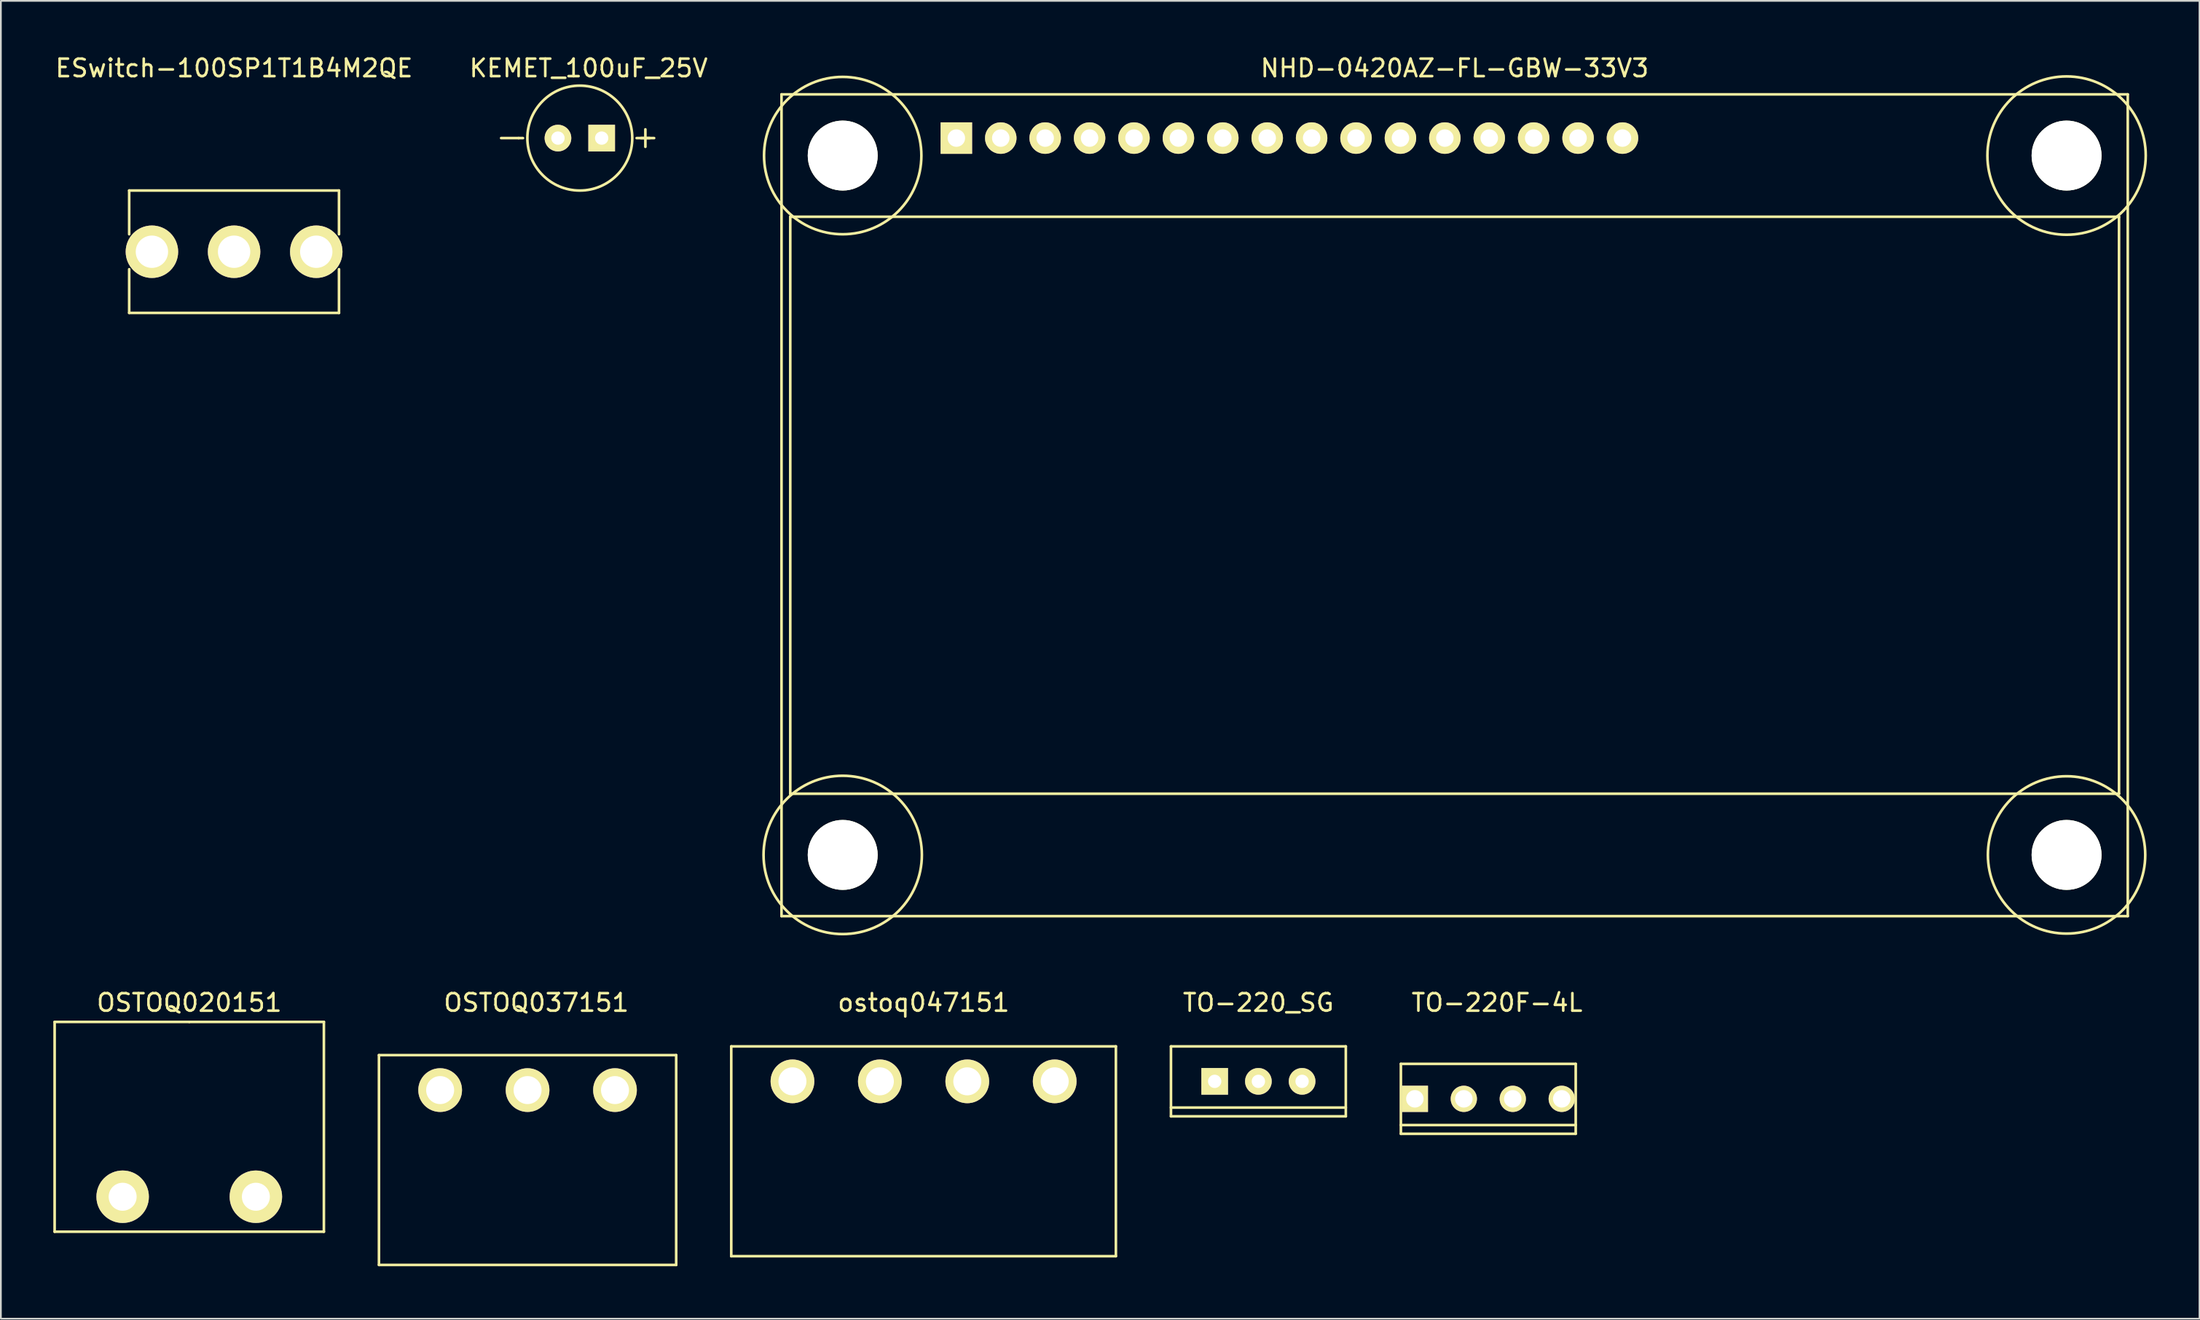
<source format=kicad_pcb>
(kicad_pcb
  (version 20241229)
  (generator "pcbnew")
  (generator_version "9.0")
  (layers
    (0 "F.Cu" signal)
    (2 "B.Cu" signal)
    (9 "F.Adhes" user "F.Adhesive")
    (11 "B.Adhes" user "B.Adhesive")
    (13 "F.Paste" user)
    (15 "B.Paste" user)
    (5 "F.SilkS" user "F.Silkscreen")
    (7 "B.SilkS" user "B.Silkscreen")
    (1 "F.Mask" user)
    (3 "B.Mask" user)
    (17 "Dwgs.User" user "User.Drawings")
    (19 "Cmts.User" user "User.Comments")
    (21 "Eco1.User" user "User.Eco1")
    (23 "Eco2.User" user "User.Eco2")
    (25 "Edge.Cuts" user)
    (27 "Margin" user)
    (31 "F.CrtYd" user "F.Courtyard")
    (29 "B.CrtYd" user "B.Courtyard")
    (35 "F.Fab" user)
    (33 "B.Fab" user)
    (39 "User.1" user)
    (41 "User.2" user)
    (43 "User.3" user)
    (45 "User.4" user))
  (footprint "OSTOQ037151"
    (layer "F.Cu")
    (at 27.125 59.299)
    (property "Reference" "OSTOQ037151" (at 0.5 -5 0) (layer "F.SilkS") (effects (font (size 1 1) (thickness 0.15))))
    (attr through_hole)
    (fp_line (start -8.5 -2) (end 8.5 -2) (stroke (width 0.15) (type solid)) (layer "F.SilkS"))
    (fp_line (start -8.5 10) (end -8.5 -2) (stroke (width 0.15) (type solid)) (layer "F.SilkS"))
    (fp_line (start 8.5 -2) (end 8.5 10) (stroke (width 0.15) (type solid)) (layer "F.SilkS"))
    (fp_line (start 8.5 10) (end -8.5 10) (stroke (width 0.15) (type solid)) (layer "F.SilkS"))
    (pad "1" thru_hole circle (at -5 0) (size 2.5 2.5) (drill 1.6) (layers "*.Cu" "*.Mask" "F.SilkS"))
    (pad "2" thru_hole circle (at 0 0) (size 2.5 2.5) (drill 1.6) (layers "*.Cu" "*.Mask" "F.SilkS"))
    (pad "3" thru_hole circle (at 5 0) (size 2.5 2.5) (drill 1.6) (layers "*.Cu" "*.Mask" "F.SilkS")))
  (footprint "NHD-0420AZ-FL-GBW-33V3"
    (layer "F.Cu")
    (at 80.15 25.848)
    (property "Reference" "NHD-0420AZ-FL-GBW-33V3" (at 0 -25 0) (layer "F.SilkS") (effects (font (size 1 1) (thickness 0.15))))
    (attr through_hole)
    (fp_line (start -38.5 -23.5) (end -38.5 23.5) (stroke (width 0.15) (type solid)) (layer "F.SilkS"))
    (fp_line (start -38.5 23.5) (end 38.5 23.5) (stroke (width 0.15) (type solid)) (layer "F.SilkS"))
    (fp_line (start -38 -16.5) (end 38 -16.5) (stroke (width 0.15) (type solid)) (layer "F.SilkS"))
    (fp_line (start -38 16.5) (end -38 -16.5) (stroke (width 0.15) (type solid)) (layer "F.SilkS"))
    (fp_line (start 38 -16.5) (end 38 16.5) (stroke (width 0.15) (type solid)) (layer "F.SilkS"))
    (fp_line (start 38 16.5) (end -38 16.5) (stroke (width 0.15) (type solid)) (layer "F.SilkS"))
    (fp_line (start 38.5 -23.5) (end -38.5 -23.5) (stroke (width 0.15) (type solid)) (layer "F.SilkS"))
    (fp_line (start 38.5 23.5) (end 38.5 -23.5) (stroke (width 0.15) (type solid)) (layer "F.SilkS"))
    (fp_circle (center -35 -20) (end -30.5 -20) (stroke (width 0.15) (type solid)) (fill no) (layer "F.SilkS"))
    (fp_circle (center -35 20) (end -34.5 15.5) (stroke (width 0.15) (type solid)) (fill no) (layer "F.SilkS"))
    (fp_circle (center 35 -20) (end 35.5 -24.5) (stroke (width 0.15) (type solid)) (fill no) (layer "F.SilkS"))
    (fp_circle (center 35 20) (end 35 24.5) (stroke (width 0.15) (type solid)) (fill no) (layer "F.SilkS"))
    (pad "" np_thru_hole circle (at -35 -20) (size 4 4) (drill 4) (layers "*.Cu" "*.Mask" "F.SilkS"))
    (pad "" np_thru_hole circle (at -35 20) (size 4 4) (drill 4) (layers "*.Cu" "*.Mask" "F.SilkS"))
    (pad "" np_thru_hole circle (at 35 -20) (size 4 4) (drill 4) (layers "*.Cu" "*.Mask" "F.SilkS"))
    (pad "" np_thru_hole circle (at 35 20) (size 4 4) (drill 4) (layers "*.Cu" "*.Mask" "F.SilkS"))
    (pad "1" thru_hole rect (at -28.5 -21) (size 1.8 1.8) (drill 1) (layers "*.Cu" "*.Mask" "F.SilkS"))
    (pad "2" thru_hole circle (at -25.96 -21) (size 1.8 1.8) (drill 1) (layers "*.Cu" "*.Mask" "F.SilkS"))
    (pad "3" thru_hole circle (at -23.42 -21) (size 1.8 1.8) (drill 1) (layers "*.Cu" "*.Mask" "F.SilkS"))
    (pad "4" thru_hole circle (at -20.88 -21) (size 1.8 1.8) (drill 1) (layers "*.Cu" "*.Mask" "F.SilkS"))
    (pad "5" thru_hole circle (at -18.34 -21) (size 1.8 1.8) (drill 1) (layers "*.Cu" "*.Mask" "F.SilkS"))
    (pad "6" thru_hole circle (at -15.8 -21) (size 1.8 1.8) (drill 1) (layers "*.Cu" "*.Mask" "F.SilkS"))
    (pad "7" thru_hole circle (at -13.26 -21) (size 1.8 1.8) (drill 1) (layers "*.Cu" "*.Mask" "F.SilkS"))
    (pad "8" thru_hole circle (at -10.72 -21) (size 1.8 1.8) (drill 1) (layers "*.Cu" "*.Mask" "F.SilkS"))
    (pad "9" thru_hole circle (at -8.18 -21) (size 1.8 1.8) (drill 1) (layers "*.Cu" "*.Mask" "F.SilkS"))
    (pad "10" thru_hole circle (at -5.64 -21) (size 1.8 1.8) (drill 1) (layers "*.Cu" "*.Mask" "F.SilkS"))
    (pad "11" thru_hole circle (at -3.1 -21) (size 1.8 1.8) (drill 1) (layers "*.Cu" "*.Mask" "F.SilkS"))
    (pad "12" thru_hole circle (at -0.56 -21) (size 1.8 1.8) (drill 1) (layers "*.Cu" "*.Mask" "F.SilkS"))
    (pad "13" thru_hole circle (at 1.98 -21) (size 1.8 1.8) (drill 1) (layers "*.Cu" "*.Mask" "F.SilkS"))
    (pad "14" thru_hole circle (at 4.52 -21) (size 1.8 1.8) (drill 1) (layers "*.Cu" "*.Mask" "F.SilkS"))
    (pad "15" thru_hole circle (at 7.06 -21) (size 1.8 1.8) (drill 1) (layers "*.Cu" "*.Mask" "F.SilkS"))
    (pad "16" thru_hole circle (at 9.6 -21) (size 1.8 1.8) (drill 1) (layers "*.Cu" "*.Mask" "F.SilkS")))
  (footprint "KEMET_100uF_25V"
    (layer "F.Cu")
    (at 30.113 4.848)
    (property "Reference" "KEMET_100uF_25V" (at 0.5 -4 0) (layer "F.SilkS") (effects (font (size 1 1) (thickness 0.15))))
    (attr through_hole)
    (fp_line (start -4.5 0) (end -3.5 0) (stroke (width 0.15) (type solid)) (layer "F.SilkS"))
    (fp_line (start -3.25 0) (end -3.5 0) (stroke (width 0.15) (type solid)) (layer "F.SilkS"))
    (fp_line (start 3.25 0) (end 4.25 0) (stroke (width 0.15) (type solid)) (layer "F.SilkS"))
    (fp_line (start 3.5 0) (end 4 0) (stroke (width 0.15) (type solid)) (layer "F.SilkS"))
    (fp_line (start 3.75 -0.5) (end 3.75 0.5) (stroke (width 0.15) (type solid)) (layer "F.SilkS"))
    (fp_circle (center 0 0) (end 0 -3) (stroke (width 0.15) (type solid)) (fill no) (layer "F.SilkS"))
    (pad "1" thru_hole rect (at 1.25 0) (size 1.524 1.524) (drill 0.762) (layers "*.Cu" "*.Mask" "F.SilkS"))
    (pad "2" thru_hole circle (at -1.25 0) (size 1.524 1.524) (drill 0.762) (layers "*.Cu" "*.Mask" "F.SilkS")))
  (footprint "ostoq047151"
    (layer "F.Cu")
    (at 49.775 58.799)
    (property "Reference" "ostoq047151" (at 0 -4.5 0) (layer "F.SilkS") (effects (font (size 1 1) (thickness 0.15))))
    (attr through_hole)
    (fp_line (start -11 -2) (end 11 -2) (stroke (width 0.15) (type solid)) (layer "F.SilkS"))
    (fp_line (start -11 10) (end -11 -2) (stroke (width 0.15) (type solid)) (layer "F.SilkS"))
    (fp_line (start 11 -2) (end 11 10) (stroke (width 0.15) (type solid)) (layer "F.SilkS"))
    (fp_line (start 11 10) (end -11 10) (stroke (width 0.15) (type solid)) (layer "F.SilkS"))
    (pad "1" thru_hole circle (at -7.5 0) (size 2.5 2.5) (drill 1.6) (layers "*.Cu" "*.Mask" "F.SilkS"))
    (pad "2" thru_hole circle (at -2.5 0) (size 2.5 2.5) (drill 1.6) (layers "*.Cu" "*.Mask" "F.SilkS"))
    (pad "3" thru_hole circle (at 2.5 0) (size 2.5 2.5) (drill 1.6) (layers "*.Cu" "*.Mask" "F.SilkS"))
    (pad "4" thru_hole circle (at 7.5 0) (size 2.5 2.5) (drill 1.6) (layers "*.Cu" "*.Mask" "F.SilkS")))
  (footprint "OSTOQ020151"
    (layer "F.Cu")
    (at 7.775 65.399)
    (property "Reference" "OSTOQ020151" (at 0 -11.1 0) (layer "F.SilkS") (effects (font (size 1 1) (thickness 0.15))))
    (attr through_hole)
    (fp_line (start -7.7 -10) (end 0 -10) (stroke (width 0.15) (type solid)) (layer "F.SilkS"))
    (fp_line (start -7.7 2) (end -7.7 -10) (stroke (width 0.15) (type solid)) (layer "F.SilkS"))
    (fp_line (start -7.7 2) (end 7.7 2) (stroke (width 0.15) (type solid)) (layer "F.SilkS"))
    (fp_line (start 7.7 -10) (end 0 -10) (stroke (width 0.15) (type solid)) (layer "F.SilkS"))
    (fp_line (start 7.7 2) (end 7.7 -10) (stroke (width 0.15) (type solid)) (layer "F.SilkS"))
    (pad "1" thru_hole circle (at -3.81 0) (size 3 3) (drill 1.6) (layers "*.Cu" "*.Mask" "F.SilkS"))
    (pad "2" thru_hole circle (at 3.81 0) (size 3 3) (drill 1.6) (layers "*.Cu" "*.Mask" "F.SilkS")))
  (footprint "ESwitch-100SP1T1B4M2QE"
    (layer "F.Cu")
    (at 10.339 11.348)
    (property "Reference" "ESwitch-100SP1T1B4M2QE" (at 0 -10.5 0) (layer "F.SilkS") (effects (font (size 1 1) (thickness 0.15))))
    (attr through_hole)
    (fp_line (start -6 -3.5) (end 6 -3.5) (stroke (width 0.15) (type solid)) (layer "F.SilkS"))
    (fp_line (start -6 -1) (end -6 -3.5) (stroke (width 0.15) (type solid)) (layer "F.SilkS"))
    (fp_line (start -6 3.5) (end -6 1) (stroke (width 0.15) (type solid)) (layer "F.SilkS"))
    (fp_line (start 6 -3.5) (end 6 -1) (stroke (width 0.15) (type solid)) (layer "F.SilkS"))
    (fp_line (start 6 1) (end 6 3.5) (stroke (width 0.15) (type solid)) (layer "F.SilkS"))
    (fp_line (start 6 3.5) (end -6 3.5) (stroke (width 0.15) (type solid)) (layer "F.SilkS"))
    (pad "1" thru_hole circle (at -4.7 0) (size 3 3) (drill 1.85) (layers "*.Cu" "*.Mask" "F.SilkS"))
    (pad "2" thru_hole circle (at 0 0) (size 3 3) (drill 1.85) (layers "*.Cu" "*.Mask" "F.SilkS"))
    (pad "3" thru_hole circle (at 4.7 0) (size 3 3) (drill 1.85) (layers "*.Cu" "*.Mask" "F.SilkS")))
  (footprint "TO-220F-4L"
    (layer "F.Cu")
    (at 82.075 59.799)
    (property "Reference" "TO-220F-4L" (at 0.5 -5.5 0) (layer "F.SilkS") (effects (font (size 1 1) (thickness 0.15))))
    (attr through_hole)
    (fp_line (start -5 -2) (end -5 2) (stroke (width 0.15) (type solid)) (layer "F.SilkS"))
    (fp_line (start -5 1.5) (end 5 1.5) (stroke (width 0.15) (type solid)) (layer "F.SilkS"))
    (fp_line (start -5 2) (end 5 2) (stroke (width 0.15) (type solid)) (layer "F.SilkS"))
    (fp_line (start 5 -2) (end -5 -2) (stroke (width 0.15) (type solid)) (layer "F.SilkS"))
    (fp_line (start 5 2) (end 5 -2) (stroke (width 0.15) (type solid)) (layer "F.SilkS"))
    (pad "1" thru_hole rect (at -4.2 0) (size 1.5 1.5) (drill 1) (layers "*.Cu" "*.Mask" "F.SilkS"))
    (pad "2" thru_hole circle (at -1.4 0) (size 1.5 1.5) (drill 1) (layers "*.Cu" "*.Mask" "F.SilkS"))
    (pad "3" thru_hole circle (at 1.4 0) (size 1.5 1.5) (drill 1) (layers "*.Cu" "*.Mask" "F.SilkS"))
    (pad "4" thru_hole circle (at 4.2 0) (size 1.5 1.5) (drill 1) (layers "*.Cu" "*.Mask" "F.SilkS")))
  (footprint "TO-220_SG"
    (layer "F.Cu")
    (at 68.925 58.799)
    (property "Reference" "TO-220_SG" (at 0 -4.5 0) (layer "F.SilkS") (effects (font (size 1 1) (thickness 0.15))))
    (attr through_hole)
    (fp_line (start -5 -2) (end -5 2) (stroke (width 0.15) (type solid)) (layer "F.SilkS"))
    (fp_line (start -5 1.5) (end 5 1.5) (stroke (width 0.15) (type solid)) (layer "F.SilkS"))
    (fp_line (start -5 2) (end 5 2) (stroke (width 0.15) (type solid)) (layer "F.SilkS"))
    (fp_line (start 5 -2) (end -5 -2) (stroke (width 0.15) (type solid)) (layer "F.SilkS"))
    (fp_line (start 5 2) (end 5 -2) (stroke (width 0.15) (type solid)) (layer "F.SilkS"))
    (pad "1" thru_hole rect (at -2.5 0) (size 1.524 1.524) (drill 0.762) (layers "*.Cu" "*.Mask" "F.SilkS"))
    (pad "2" thru_hole circle (at 0 0) (size 1.524 1.524) (drill 0.762) (layers "*.Cu" "*.Mask" "F.SilkS"))
    (pad "3" thru_hole circle (at 2.5 0) (size 1.524 1.524) (drill 0.762) (layers "*.Cu" "*.Mask" "F.SilkS")))
  (gr_rect
    (start -3 -3)
    (end 122.753 72.374)
    (stroke (width 0.1) (type default))
    (fill no)
    (layer "Edge.Cuts")))
</source>
